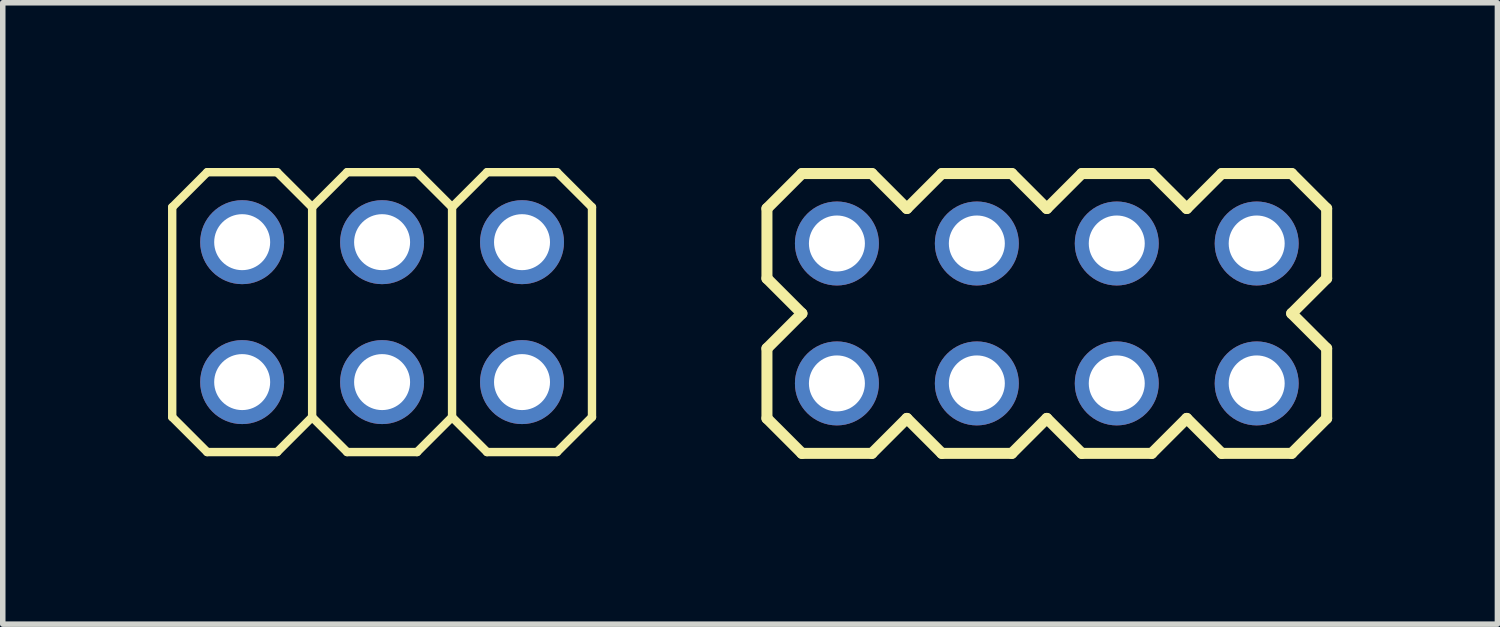
<source format=kicad_pcb>
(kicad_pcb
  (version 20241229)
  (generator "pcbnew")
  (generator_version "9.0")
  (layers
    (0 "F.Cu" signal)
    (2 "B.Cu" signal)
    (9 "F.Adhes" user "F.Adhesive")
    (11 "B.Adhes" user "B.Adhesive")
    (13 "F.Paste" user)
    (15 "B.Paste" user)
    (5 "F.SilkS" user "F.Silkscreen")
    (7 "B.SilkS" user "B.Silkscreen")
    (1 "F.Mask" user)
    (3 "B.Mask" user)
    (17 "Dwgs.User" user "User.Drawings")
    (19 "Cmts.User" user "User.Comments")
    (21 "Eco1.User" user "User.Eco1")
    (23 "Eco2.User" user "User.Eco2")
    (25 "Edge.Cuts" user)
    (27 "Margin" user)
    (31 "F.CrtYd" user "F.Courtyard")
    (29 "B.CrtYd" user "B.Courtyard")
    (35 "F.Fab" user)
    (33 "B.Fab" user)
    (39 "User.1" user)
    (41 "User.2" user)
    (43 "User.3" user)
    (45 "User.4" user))
  (footprint "2X04"
    (layer "F.Cu")
    (at 12.142 3.91)
    (property "Reference" "2X04" (at 1.27 -1.27 0) (layer "Eco1.User") (effects (font (size 0.6 0.6) (thickness 0.1))))
    (attr through_hole)
    (fp_line (start -1.27 -3.175) (end -1.27 -1.905) (stroke (width 0.2) (type solid)) (layer "F.SilkS"))
    (fp_line (start -1.27 -1.905) (end -0.635 -1.27) (stroke (width 0.2) (type solid)) (layer "F.SilkS"))
    (fp_line (start -1.27 -0.635) (end -1.27 0.635) (stroke (width 0.2) (type solid)) (layer "F.SilkS"))
    (fp_line (start -1.27 0.635) (end -0.635 1.27) (stroke (width 0.2) (type solid)) (layer "F.SilkS"))
    (fp_line (start -0.635 -3.81) (end -1.27 -3.175) (stroke (width 0.2) (type solid)) (layer "F.SilkS"))
    (fp_line (start -0.635 -3.81) (end 0.635 -3.81) (stroke (width 0.2) (type solid)) (layer "F.SilkS"))
    (fp_line (start -0.635 -1.27) (end -1.27 -0.635) (stroke (width 0.2) (type solid)) (layer "F.SilkS"))
    (fp_line (start 0.635 -3.81) (end 1.27 -3.175) (stroke (width 0.2) (type solid)) (layer "F.SilkS"))
    (fp_line (start 0.635 1.27) (end -0.635 1.27) (stroke (width 0.2) (type solid)) (layer "F.SilkS"))
    (fp_line (start 1.27 -3.175) (end 1.905 -3.81) (stroke (width 0.2) (type solid)) (layer "F.SilkS"))
    (fp_line (start 1.27 0.635) (end 0.635 1.27) (stroke (width 0.2) (type solid)) (layer "F.SilkS"))
    (fp_line (start 1.905 -3.81) (end 3.175 -3.81) (stroke (width 0.2) (type solid)) (layer "F.SilkS"))
    (fp_line (start 1.905 1.27) (end 1.27 0.635) (stroke (width 0.2) (type solid)) (layer "F.SilkS"))
    (fp_line (start 3.175 -3.81) (end 3.81 -3.175) (stroke (width 0.2) (type solid)) (layer "F.SilkS"))
    (fp_line (start 3.175 1.27) (end 1.905 1.27) (stroke (width 0.2) (type solid)) (layer "F.SilkS"))
    (fp_line (start 3.81 -3.175) (end 4.445 -3.81) (stroke (width 0.2) (type solid)) (layer "F.SilkS"))
    (fp_line (start 3.81 0.635) (end 3.175 1.27) (stroke (width 0.2) (type solid)) (layer "F.SilkS"))
    (fp_line (start 4.445 -3.81) (end 5.715 -3.81) (stroke (width 0.2) (type solid)) (layer "F.SilkS"))
    (fp_line (start 4.445 1.27) (end 3.81 0.635) (stroke (width 0.2) (type solid)) (layer "F.SilkS"))
    (fp_line (start 5.715 -3.81) (end 6.35 -3.175) (stroke (width 0.2) (type solid)) (layer "F.SilkS"))
    (fp_line (start 5.715 1.27) (end 4.445 1.27) (stroke (width 0.2) (type solid)) (layer "F.SilkS"))
    (fp_line (start 6.35 0.635) (end 5.715 1.27) (stroke (width 0.2) (type solid)) (layer "F.SilkS"))
    (fp_line (start 6.35 0.635) (end 6.985 1.27) (stroke (width 0.2) (type solid)) (layer "F.SilkS"))
    (fp_line (start 6.985 -3.81) (end 6.35 -3.175) (stroke (width 0.2) (type solid)) (layer "F.SilkS"))
    (fp_line (start 6.985 -3.81) (end 8.255 -3.81) (stroke (width 0.2) (type solid)) (layer "F.SilkS"))
    (fp_line (start 8.255 -3.81) (end 8.89 -3.175) (stroke (width 0.2) (type solid)) (layer "F.SilkS"))
    (fp_line (start 8.255 -1.27) (end 8.89 -0.635) (stroke (width 0.2) (type solid)) (layer "F.SilkS"))
    (fp_line (start 8.255 1.27) (end 6.985 1.27) (stroke (width 0.2) (type solid)) (layer "F.SilkS"))
    (fp_line (start 8.89 -3.175) (end 8.89 -1.905) (stroke (width 0.2) (type solid)) (layer "F.SilkS"))
    (fp_line (start 8.89 -1.905) (end 8.255 -1.27) (stroke (width 0.2) (type solid)) (layer "F.SilkS"))
    (fp_line (start 8.89 -0.635) (end 8.89 0.635) (stroke (width 0.2) (type solid)) (layer "F.SilkS"))
    (fp_line (start 8.89 0.635) (end 8.255 1.27) (stroke (width 0.2) (type solid)) (layer "F.SilkS"))
    (pad "1" thru_hole oval (at 0 0 90) (size 1.524 1.524) (drill 1.016) (layers "*.Cu" "*.Mask"))
    (pad "2" thru_hole oval (at 0 -2.54 90) (size 1.524 1.524) (drill 1.016) (layers "*.Cu" "*.Mask"))
    (pad "3" thru_hole oval (at 2.54 0 90) (size 1.524 1.524) (drill 1.016) (layers "*.Cu" "*.Mask"))
    (pad "4" thru_hole oval (at 2.54 -2.54 90) (size 1.524 1.524) (drill 1.016) (layers "*.Cu" "*.Mask"))
    (pad "5" thru_hole oval (at 5.08 0 90) (size 1.524 1.524) (drill 1.016) (layers "*.Cu" "*.Mask"))
    (pad "6" thru_hole oval (at 5.08 -2.54 90) (size 1.524 1.524) (drill 1.016) (layers "*.Cu" "*.Mask"))
    (pad "7" thru_hole oval (at 7.62 0 90) (size 1.524 1.524) (drill 1.016) (layers "*.Cu" "*.Mask"))
    (pad "8" thru_hole oval (at 7.62 -2.54 90) (size 1.524 1.524) (drill 1.016) (layers "*.Cu" "*.Mask")))
  (footprint "2X03"
    (layer "F.Cu")
    (at 3.886 2.616)
    (property "Reference" "2X03" (at -2.54 0 90) (layer "Eco1.User") (effects (font (size 0.6 0.6) (thickness 0.1))))
    (attr through_hole)
    (fp_line (start -3.81 -1.905) (end -3.175 -2.54) (stroke (width 0.152) (type solid)) (layer "F.SilkS"))
    (fp_line (start -3.81 1.905) (end -3.81 -1.905) (stroke (width 0.152) (type solid)) (layer "F.SilkS"))
    (fp_line (start -3.81 1.905) (end -3.175 2.54) (stroke (width 0.152) (type solid)) (layer "F.SilkS"))
    (fp_line (start -3.175 -2.54) (end -1.905 -2.54) (stroke (width 0.152) (type solid)) (layer "F.SilkS"))
    (fp_line (start -3.175 2.54) (end -1.905 2.54) (stroke (width 0.152) (type solid)) (layer "F.SilkS"))
    (fp_line (start -1.905 -2.54) (end -1.27 -1.905) (stroke (width 0.152) (type solid)) (layer "F.SilkS"))
    (fp_line (start -1.905 2.54) (end -1.27 1.905) (stroke (width 0.152) (type solid)) (layer "F.SilkS"))
    (fp_line (start -1.27 -1.905) (end -1.27 1.905) (stroke (width 0.152) (type solid)) (layer "F.SilkS"))
    (fp_line (start -1.27 -1.905) (end -0.635 -2.54) (stroke (width 0.152) (type solid)) (layer "F.SilkS"))
    (fp_line (start -1.27 1.905) (end -0.635 2.54) (stroke (width 0.152) (type solid)) (layer "F.SilkS"))
    (fp_line (start -0.635 -2.54) (end 0.635 -2.54) (stroke (width 0.152) (type solid)) (layer "F.SilkS"))
    (fp_line (start -0.635 2.54) (end 0.635 2.54) (stroke (width 0.152) (type solid)) (layer "F.SilkS"))
    (fp_line (start 0.635 -2.54) (end 1.27 -1.905) (stroke (width 0.152) (type solid)) (layer "F.SilkS"))
    (fp_line (start 0.635 2.54) (end 1.27 1.905) (stroke (width 0.152) (type solid)) (layer "F.SilkS"))
    (fp_line (start 1.27 -1.905) (end 1.27 1.905) (stroke (width 0.152) (type solid)) (layer "F.SilkS"))
    (fp_line (start 1.27 -1.905) (end 1.905 -2.54) (stroke (width 0.152) (type solid)) (layer "F.SilkS"))
    (fp_line (start 1.27 1.905) (end 1.905 2.54) (stroke (width 0.152) (type solid)) (layer "F.SilkS"))
    (fp_line (start 1.905 -2.54) (end 3.175 -2.54) (stroke (width 0.152) (type solid)) (layer "F.SilkS"))
    (fp_line (start 1.905 2.54) (end 3.175 2.54) (stroke (width 0.152) (type solid)) (layer "F.SilkS"))
    (fp_line (start 3.175 -2.54) (end 3.81 -1.905) (stroke (width 0.152) (type solid)) (layer "F.SilkS"))
    (fp_line (start 3.175 2.54) (end 3.81 1.905) (stroke (width 0.152) (type solid)) (layer "F.SilkS"))
    (fp_line (start 3.81 -1.905) (end 3.81 1.905) (stroke (width 0.152) (type solid)) (layer "F.SilkS"))
    (pad "1" thru_hole oval (at -2.54 1.27) (size 1.524 1.524) (drill 1.016) (layers "*.Cu" "*.Mask"))
    (pad "2" thru_hole oval (at -2.54 -1.27) (size 1.524 1.524) (drill 1.016) (layers "*.Cu" "*.Mask"))
    (pad "3" thru_hole oval (at 0 1.27) (size 1.524 1.524) (drill 1.016) (layers "*.Cu" "*.Mask"))
    (pad "4" thru_hole oval (at 0 -1.27) (size 1.524 1.524) (drill 1.016) (layers "*.Cu" "*.Mask"))
    (pad "5" thru_hole oval (at 2.54 1.27) (size 1.524 1.524) (drill 1.016) (layers "*.Cu" "*.Mask"))
    (pad "6" thru_hole oval (at 2.54 -1.27) (size 1.524 1.524) (drill 1.016) (layers "*.Cu" "*.Mask")))
  (gr_rect
    (start -3 -3)
    (end 24.132 8.28)
    (stroke (width 0.1) (type default))
    (fill no)
    (layer "Edge.Cuts")))
</source>
